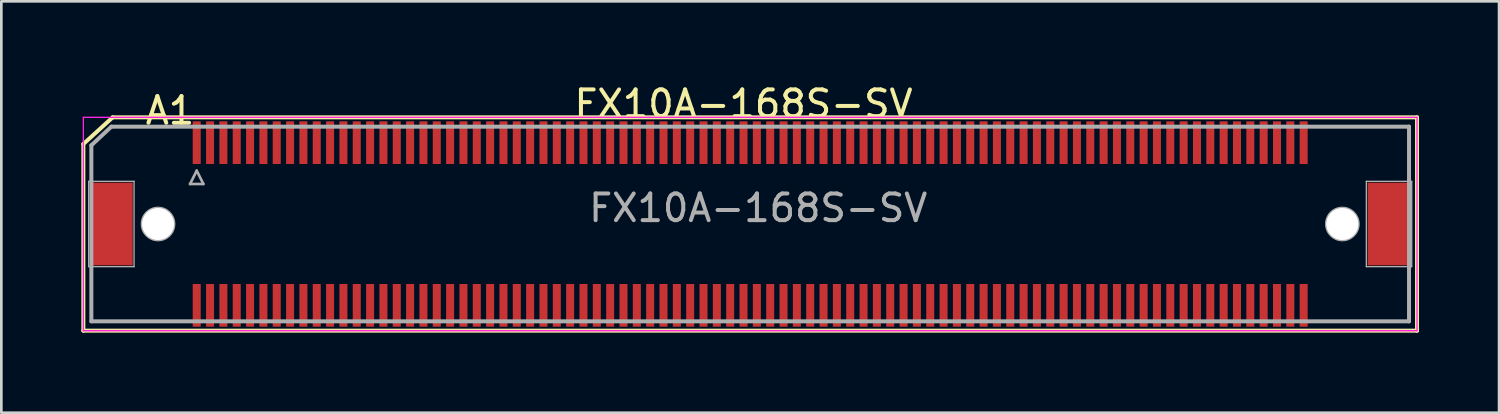
<source format=kicad_pcb>
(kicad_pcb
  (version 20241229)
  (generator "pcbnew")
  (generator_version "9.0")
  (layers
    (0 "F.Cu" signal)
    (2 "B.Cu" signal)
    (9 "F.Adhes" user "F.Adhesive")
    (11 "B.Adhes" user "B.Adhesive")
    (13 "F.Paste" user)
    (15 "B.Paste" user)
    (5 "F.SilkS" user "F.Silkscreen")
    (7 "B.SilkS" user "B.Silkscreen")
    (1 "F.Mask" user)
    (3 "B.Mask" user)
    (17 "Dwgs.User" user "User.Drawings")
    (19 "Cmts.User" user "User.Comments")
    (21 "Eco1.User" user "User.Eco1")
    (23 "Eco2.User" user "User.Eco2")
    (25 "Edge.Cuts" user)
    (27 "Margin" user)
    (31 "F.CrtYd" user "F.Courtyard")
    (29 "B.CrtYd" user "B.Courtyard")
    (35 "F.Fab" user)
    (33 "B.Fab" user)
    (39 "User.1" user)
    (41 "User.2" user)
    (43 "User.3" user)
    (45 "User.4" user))
  (footprint "FX10A-168S-SV"
    (layer "F.Cu")
    (at 25.075 5.348)
    (property "Reference" "FX10A-168S-SV" (at -0.25 -4.5 0) (layer "F.SilkS") (effects (font (size 1 1) (thickness 0.15))))
    (attr smd)
    (fp_line (start -25 4) (end -25 -3) (stroke (width 0.15) (type solid)) (layer "F.SilkS"))
    (fp_line (start -23.9 -4) (end -25 -3) (stroke (width 0.15) (type solid)) (layer "F.SilkS"))
    (fp_line (start -23.9 -4) (end 25 -4) (stroke (width 0.15) (type solid)) (layer "F.SilkS"))
    (fp_line (start 25 -4) (end 25 4) (stroke (width 0.15) (type solid)) (layer "F.SilkS"))
    (fp_line (start 25 4) (end -25 4) (stroke (width 0.15) (type solid)) (layer "F.SilkS"))
    (fp_line (start -25 -4) (end -25 4) (stroke (width 0.05) (type solid)) (layer "F.CrtYd"))
    (fp_line (start -25 4) (end 25 4) (stroke (width 0.05) (type solid)) (layer "F.CrtYd"))
    (fp_line (start 25 -4) (end -25 -4) (stroke (width 0.05) (type solid)) (layer "F.CrtYd"))
    (fp_line (start 25 4) (end 25 -4) (stroke (width 0.05) (type solid)) (layer "F.CrtYd"))
    (fp_line (start -24.8 -1.6) (end -23.1 -1.6) (stroke (width 0.05) (type solid)) (layer "F.Fab"))
    (fp_line (start -24.8 1.6) (end -24.8 -1.6) (stroke (width 0.05) (type solid)) (layer "F.Fab"))
    (fp_line (start -24.7 -2.95) (end -24.7 3.65) (stroke (width 0.15) (type solid)) (layer "F.Fab"))
    (fp_line (start -24.7 -2.95) (end -23.95 -3.65) (stroke (width 0.15) (type solid)) (layer "F.Fab"))
    (fp_line (start -24.7 3.65) (end 24.7 3.65) (stroke (width 0.15) (type solid)) (layer "F.Fab"))
    (fp_line (start -23.95 -3.65) (end 24.7 -3.65) (stroke (width 0.15) (type solid)) (layer "F.Fab"))
    (fp_line (start -23.1 -1.6) (end -23.1 1.6) (stroke (width 0.05) (type solid)) (layer "F.Fab"))
    (fp_line (start -23.1 1.6) (end -24.8 1.6) (stroke (width 0.05) (type solid)) (layer "F.Fab"))
    (fp_line (start -21 -1.5) (end -20.75 -2) (stroke (width 0.1) (type solid)) (layer "F.Fab"))
    (fp_line (start -20.75 -2) (end -20.5 -1.5) (stroke (width 0.1) (type solid)) (layer "F.Fab"))
    (fp_line (start -20.5 -1.5) (end -21 -1.5) (stroke (width 0.1) (type solid)) (layer "F.Fab"))
    (fp_line (start 23.1 -1.6) (end 24.8 -1.6) (stroke (width 0.05) (type solid)) (layer "F.Fab"))
    (fp_line (start 23.1 1.6) (end 23.1 -1.6) (stroke (width 0.05) (type solid)) (layer "F.Fab"))
    (fp_line (start 24.7 -3.65) (end 24.7 3.65) (stroke (width 0.15) (type solid)) (layer "F.Fab"))
    (fp_line (start 24.8 -1.6) (end 24.8 1.6) (stroke (width 0.05) (type solid)) (layer "F.Fab"))
    (fp_line (start 24.8 1.6) (end 23.1 1.6) (stroke (width 0.05) (type solid)) (layer "F.Fab"))
    (fp_circle (center -22.2 0) (end -22.8 0) (stroke (width 0.1) (type solid)) (fill no) (layer "F.Fab"))
    (fp_circle (center 22.2 0) (end 22.8 0) (stroke (width 0.1) (type solid)) (fill no) (layer "F.Fab"))
    (fp_text user "A1" (at -21.75 -4.25 0) (layer "F.SilkS") (effects (font (size 1 1) (thickness 0.15))))
    (fp_text user "${REFERENCE}" (at 0.3 -0.6 0) (layer "F.Fab") (effects (font (size 1 1) (thickness 0.15))))
    (pad "" smd rect (at -23.95 0) (size 1.6 3.1) (layers "F.Cu" "F.Mask" "F.Paste"))
    (pad "" np_thru_hole circle (at -22.2 0) (size 1.2 1.2) (drill 1.2) (layers "*.Mask" "F.Cu"))
    (pad "" np_thru_hole circle (at 22.2 0) (size 1.2 1.2) (drill 1.2) (layers "*.Mask" "F.Cu"))
    (pad "" smd rect (at 23.95 0) (size 1.6 3.1) (layers "F.Cu" "F.Mask" "F.Paste"))
    (pad "A1" smd rect (at -20.75 -3.05) (size 0.3 1.6) (layers "F.Cu" "F.Mask" "F.Paste"))
    (pad "A2" smd rect (at -20.25 -3.05) (size 0.3 1.6) (layers "F.Cu" "F.Mask" "F.Paste"))
    (pad "A3" smd rect (at -19.75 -3.05) (size 0.3 1.6) (layers "F.Cu" "F.Mask" "F.Paste"))
    (pad "A4" smd rect (at -19.25 -3.05) (size 0.3 1.6) (layers "F.Cu" "F.Mask" "F.Paste"))
    (pad "A5" smd rect (at -18.75 -3.05) (size 0.3 1.6) (layers "F.Cu" "F.Mask" "F.Paste"))
    (pad "A6" smd rect (at -18.25 -3.05) (size 0.3 1.6) (layers "F.Cu" "F.Mask" "F.Paste"))
    (pad "A7" smd rect (at -17.75 -3.05) (size 0.3 1.6) (layers "F.Cu" "F.Mask" "F.Paste"))
    (pad "A8" smd rect (at -17.25 -3.05) (size 0.3 1.6) (layers "F.Cu" "F.Mask" "F.Paste"))
    (pad "A9" smd rect (at -16.75 -3.05) (size 0.3 1.6) (layers "F.Cu" "F.Mask" "F.Paste"))
    (pad "A10" smd rect (at -16.25 -3.05) (size 0.3 1.6) (layers "F.Cu" "F.Mask" "F.Paste"))
    (pad "A11" smd rect (at -15.75 -3.05) (size 0.3 1.6) (layers "F.Cu" "F.Mask" "F.Paste"))
    (pad "A12" smd rect (at -15.25 -3.05) (size 0.3 1.6) (layers "F.Cu" "F.Mask" "F.Paste"))
    (pad "A13" smd rect (at -14.75 -3.05) (size 0.3 1.6) (layers "F.Cu" "F.Mask" "F.Paste"))
    (pad "A14" smd rect (at -14.25 -3.05) (size 0.3 1.6) (layers "F.Cu" "F.Mask" "F.Paste"))
    (pad "A15" smd rect (at -13.75 -3.05) (size 0.3 1.6) (layers "F.Cu" "F.Mask" "F.Paste"))
    (pad "A16" smd rect (at -13.25 -3.05) (size 0.3 1.6) (layers "F.Cu" "F.Mask" "F.Paste"))
    (pad "A17" smd rect (at -12.75 -3.05) (size 0.3 1.6) (layers "F.Cu" "F.Mask" "F.Paste"))
    (pad "A18" smd rect (at -12.25 -3.05) (size 0.3 1.6) (layers "F.Cu" "F.Mask" "F.Paste"))
    (pad "A19" smd rect (at -11.75 -3.05) (size 0.3 1.6) (layers "F.Cu" "F.Mask" "F.Paste"))
    (pad "A20" smd rect (at -11.25 -3.05) (size 0.3 1.6) (layers "F.Cu" "F.Mask" "F.Paste"))
    (pad "A21" smd rect (at -10.75 -3.05) (size 0.3 1.6) (layers "F.Cu" "F.Mask" "F.Paste"))
    (pad "A22" smd rect (at -10.25 -3.05) (size 0.3 1.6) (layers "F.Cu" "F.Mask" "F.Paste"))
    (pad "A23" smd rect (at -9.75 -3.05) (size 0.3 1.6) (layers "F.Cu" "F.Mask" "F.Paste"))
    (pad "A24" smd rect (at -9.25 -3.05) (size 0.3 1.6) (layers "F.Cu" "F.Mask" "F.Paste"))
    (pad "A25" smd rect (at -8.75 -3.05) (size 0.3 1.6) (layers "F.Cu" "F.Mask" "F.Paste"))
    (pad "A26" smd rect (at -8.25 -3.05) (size 0.3 1.6) (layers "F.Cu" "F.Mask" "F.Paste"))
    (pad "A27" smd rect (at -7.75 -3.05) (size 0.3 1.6) (layers "F.Cu" "F.Mask" "F.Paste"))
    (pad "A28" smd rect (at -7.25 -3.05) (size 0.3 1.6) (layers "F.Cu" "F.Mask" "F.Paste"))
    (pad "A29" smd rect (at -6.75 -3.05) (size 0.3 1.6) (layers "F.Cu" "F.Mask" "F.Paste"))
    (pad "A30" smd rect (at -6.25 -3.05) (size 0.3 1.6) (layers "F.Cu" "F.Mask" "F.Paste"))
    (pad "A31" smd rect (at -5.75 -3.05) (size 0.3 1.6) (layers "F.Cu" "F.Mask" "F.Paste"))
    (pad "A32" smd rect (at -5.25 -3.05) (size 0.3 1.6) (layers "F.Cu" "F.Mask" "F.Paste"))
    (pad "A33" smd rect (at -4.75 -3.05) (size 0.3 1.6) (layers "F.Cu" "F.Mask" "F.Paste"))
    (pad "A34" smd rect (at -4.25 -3.05) (size 0.3 1.6) (layers "F.Cu" "F.Mask" "F.Paste"))
    (pad "A35" smd rect (at -3.75 -3.05) (size 0.3 1.6) (layers "F.Cu" "F.Mask" "F.Paste"))
    (pad "A36" smd rect (at -3.25 -3.05) (size 0.3 1.6) (layers "F.Cu" "F.Mask" "F.Paste"))
    (pad "A37" smd rect (at -2.75 -3.05) (size 0.3 1.6) (layers "F.Cu" "F.Mask" "F.Paste"))
    (pad "A38" smd rect (at -2.25 -3.05) (size 0.3 1.6) (layers "F.Cu" "F.Mask" "F.Paste"))
    (pad "A39" smd rect (at -1.75 -3.05) (size 0.3 1.6) (layers "F.Cu" "F.Mask" "F.Paste"))
    (pad "A40" smd rect (at -1.25 -3.05) (size 0.3 1.6) (layers "F.Cu" "F.Mask" "F.Paste"))
    (pad "A41" smd rect (at -0.75 -3.05) (size 0.3 1.6) (layers "F.Cu" "F.Mask" "F.Paste"))
    (pad "A42" smd rect (at -0.25 -3.05) (size 0.3 1.6) (layers "F.Cu" "F.Mask" "F.Paste"))
    (pad "A43" smd rect (at 0.25 -3.05) (size 0.3 1.6) (layers "F.Cu" "F.Mask" "F.Paste"))
    (pad "A44" smd rect (at 0.75 -3.05) (size 0.3 1.6) (layers "F.Cu" "F.Mask" "F.Paste"))
    (pad "A45" smd rect (at 1.25 -3.05) (size 0.3 1.6) (layers "F.Cu" "F.Mask" "F.Paste"))
    (pad "A46" smd rect (at 1.75 -3.05) (size 0.3 1.6) (layers "F.Cu" "F.Mask" "F.Paste"))
    (pad "A47" smd rect (at 2.25 -3.05) (size 0.3 1.6) (layers "F.Cu" "F.Mask" "F.Paste"))
    (pad "A48" smd rect (at 2.75 -3.05) (size 0.3 1.6) (layers "F.Cu" "F.Mask" "F.Paste"))
    (pad "A49" smd rect (at 3.25 -3.05) (size 0.3 1.6) (layers "F.Cu" "F.Mask" "F.Paste"))
    (pad "A50" smd rect (at 3.75 -3.05) (size 0.3 1.6) (layers "F.Cu" "F.Mask" "F.Paste"))
    (pad "A51" smd rect (at 4.25 -3.05) (size 0.3 1.6) (layers "F.Cu" "F.Mask" "F.Paste"))
    (pad "A52" smd rect (at 4.75 -3.05) (size 0.3 1.6) (layers "F.Cu" "F.Mask" "F.Paste"))
    (pad "A53" smd rect (at 5.25 -3.05) (size 0.3 1.6) (layers "F.Cu" "F.Mask" "F.Paste"))
    (pad "A54" smd rect (at 5.75 -3.05) (size 0.3 1.6) (layers "F.Cu" "F.Mask" "F.Paste"))
    (pad "A55" smd rect (at 6.25 -3.05) (size 0.3 1.6) (layers "F.Cu" "F.Mask" "F.Paste"))
    (pad "A56" smd rect (at 6.75 -3.05) (size 0.3 1.6) (layers "F.Cu" "F.Mask" "F.Paste"))
    (pad "A57" smd rect (at 7.25 -3.05) (size 0.3 1.6) (layers "F.Cu" "F.Mask" "F.Paste"))
    (pad "A58" smd rect (at 7.75 -3.05) (size 0.3 1.6) (layers "F.Cu" "F.Mask" "F.Paste"))
    (pad "A59" smd rect (at 8.25 -3.05) (size 0.3 1.6) (layers "F.Cu" "F.Mask" "F.Paste"))
    (pad "A60" smd rect (at 8.75 -3.05) (size 0.3 1.6) (layers "F.Cu" "F.Mask" "F.Paste"))
    (pad "A61" smd rect (at 9.25 -3.05) (size 0.3 1.6) (layers "F.Cu" "F.Mask" "F.Paste"))
    (pad "A62" smd rect (at 9.75 -3.05) (size 0.3 1.6) (layers "F.Cu" "F.Mask" "F.Paste"))
    (pad "A63" smd rect (at 10.25 -3.05) (size 0.3 1.6) (layers "F.Cu" "F.Mask" "F.Paste"))
    (pad "A64" smd rect (at 10.75 -3.05) (size 0.3 1.6) (layers "F.Cu" "F.Mask" "F.Paste"))
    (pad "A65" smd rect (at 11.25 -3.05) (size 0.3 1.6) (layers "F.Cu" "F.Mask" "F.Paste"))
    (pad "A66" smd rect (at 11.75 -3.05) (size 0.3 1.6) (layers "F.Cu" "F.Mask" "F.Paste"))
    (pad "A67" smd rect (at 12.25 -3.05) (size 0.3 1.6) (layers "F.Cu" "F.Mask" "F.Paste"))
    (pad "A68" smd rect (at 12.75 -3.05) (size 0.3 1.6) (layers "F.Cu" "F.Mask" "F.Paste"))
    (pad "A69" smd rect (at 13.25 -3.05) (size 0.3 1.6) (layers "F.Cu" "F.Mask" "F.Paste"))
    (pad "A70" smd rect (at 13.75 -3.05) (size 0.3 1.6) (layers "F.Cu" "F.Mask" "F.Paste"))
    (pad "A71" smd rect (at 14.25 -3.05) (size 0.3 1.6) (layers "F.Cu" "F.Mask" "F.Paste"))
    (pad "A72" smd rect (at 14.75 -3.05) (size 0.3 1.6) (layers "F.Cu" "F.Mask" "F.Paste"))
    (pad "A73" smd rect (at 15.25 -3.05) (size 0.3 1.6) (layers "F.Cu" "F.Mask" "F.Paste"))
    (pad "A74" smd rect (at 15.75 -3.05) (size 0.3 1.6) (layers "F.Cu" "F.Mask" "F.Paste"))
    (pad "A75" smd rect (at 16.25 -3.05) (size 0.3 1.6) (layers "F.Cu" "F.Mask" "F.Paste"))
    (pad "A76" smd rect (at 16.75 -3.05) (size 0.3 1.6) (layers "F.Cu" "F.Mask" "F.Paste"))
    (pad "A77" smd rect (at 17.25 -3.05) (size 0.3 1.6) (layers "F.Cu" "F.Mask" "F.Paste"))
    (pad "A78" smd rect (at 17.75 -3.05) (size 0.3 1.6) (layers "F.Cu" "F.Mask" "F.Paste"))
    (pad "A79" smd rect (at 18.25 -3.05) (size 0.3 1.6) (layers "F.Cu" "F.Mask" "F.Paste"))
    (pad "A80" smd rect (at 18.75 -3.05) (size 0.3 1.6) (layers "F.Cu" "F.Mask" "F.Paste"))
    (pad "A81" smd rect (at 19.25 -3.05) (size 0.3 1.6) (layers "F.Cu" "F.Mask" "F.Paste"))
    (pad "A82" smd rect (at 19.75 -3.05) (size 0.3 1.6) (layers "F.Cu" "F.Mask" "F.Paste"))
    (pad "A83" smd rect (at 20.25 -3.05) (size 0.3 1.6) (layers "F.Cu" "F.Mask" "F.Paste"))
    (pad "A84" smd rect (at 20.75 -3.05) (size 0.3 1.6) (layers "F.Cu" "F.Mask" "F.Paste"))
    (pad "B1" smd rect (at -20.75 3.05) (size 0.3 1.6) (layers "F.Cu" "F.Mask" "F.Paste"))
    (pad "B2" smd rect (at -20.25 3.05) (size 0.3 1.6) (layers "F.Cu" "F.Mask" "F.Paste"))
    (pad "B3" smd rect (at -19.75 3.05) (size 0.3 1.6) (layers "F.Cu" "F.Mask" "F.Paste"))
    (pad "B4" smd rect (at -19.25 3.05) (size 0.3 1.6) (layers "F.Cu" "F.Mask" "F.Paste"))
    (pad "B5" smd rect (at -18.75 3.05) (size 0.3 1.6) (layers "F.Cu" "F.Mask" "F.Paste"))
    (pad "B6" smd rect (at -18.25 3.05) (size 0.3 1.6) (layers "F.Cu" "F.Mask" "F.Paste"))
    (pad "B7" smd rect (at -17.75 3.05) (size 0.3 1.6) (layers "F.Cu" "F.Mask" "F.Paste"))
    (pad "B8" smd rect (at -17.25 3.05) (size 0.3 1.6) (layers "F.Cu" "F.Mask" "F.Paste"))
    (pad "B9" smd rect (at -16.75 3.05) (size 0.3 1.6) (layers "F.Cu" "F.Mask" "F.Paste"))
    (pad "B10" smd rect (at -16.25 3.05) (size 0.3 1.6) (layers "F.Cu" "F.Mask" "F.Paste"))
    (pad "B11" smd rect (at -15.75 3.05) (size 0.3 1.6) (layers "F.Cu" "F.Mask" "F.Paste"))
    (pad "B12" smd rect (at -15.25 3.05) (size 0.3 1.6) (layers "F.Cu" "F.Mask" "F.Paste"))
    (pad "B13" smd rect (at -14.75 3.05) (size 0.3 1.6) (layers "F.Cu" "F.Mask" "F.Paste"))
    (pad "B14" smd rect (at -14.25 3.05) (size 0.3 1.6) (layers "F.Cu" "F.Mask" "F.Paste"))
    (pad "B15" smd rect (at -13.75 3.05) (size 0.3 1.6) (layers "F.Cu" "F.Mask" "F.Paste"))
    (pad "B16" smd rect (at -13.25 3.05) (size 0.3 1.6) (layers "F.Cu" "F.Mask" "F.Paste"))
    (pad "B17" smd rect (at -12.75 3.05) (size 0.3 1.6) (layers "F.Cu" "F.Mask" "F.Paste"))
    (pad "B18" smd rect (at -12.25 3.05) (size 0.3 1.6) (layers "F.Cu" "F.Mask" "F.Paste"))
    (pad "B19" smd rect (at -11.75 3.05) (size 0.3 1.6) (layers "F.Cu" "F.Mask" "F.Paste"))
    (pad "B20" smd rect (at -11.25 3.05) (size 0.3 1.6) (layers "F.Cu" "F.Mask" "F.Paste"))
    (pad "B21" smd rect (at -10.75 3.05) (size 0.3 1.6) (layers "F.Cu" "F.Mask" "F.Paste"))
    (pad "B22" smd rect (at -10.25 3.05) (size 0.3 1.6) (layers "F.Cu" "F.Mask" "F.Paste"))
    (pad "B23" smd rect (at -9.75 3.05) (size 0.3 1.6) (layers "F.Cu" "F.Mask" "F.Paste"))
    (pad "B24" smd rect (at -9.25 3.05) (size 0.3 1.6) (layers "F.Cu" "F.Mask" "F.Paste"))
    (pad "B25" smd rect (at -8.75 3.05) (size 0.3 1.6) (layers "F.Cu" "F.Mask" "F.Paste"))
    (pad "B26" smd rect (at -8.25 3.05) (size 0.3 1.6) (layers "F.Cu" "F.Mask" "F.Paste"))
    (pad "B27" smd rect (at -7.75 3.05) (size 0.3 1.6) (layers "F.Cu" "F.Mask" "F.Paste"))
    (pad "B28" smd rect (at -7.25 3.05) (size 0.3 1.6) (layers "F.Cu" "F.Mask" "F.Paste"))
    (pad "B29" smd rect (at -6.75 3.05) (size 0.3 1.6) (layers "F.Cu" "F.Mask" "F.Paste"))
    (pad "B30" smd rect (at -6.25 3.05) (size 0.3 1.6) (layers "F.Cu" "F.Mask" "F.Paste"))
    (pad "B31" smd rect (at -5.75 3.05) (size 0.3 1.6) (layers "F.Cu" "F.Mask" "F.Paste"))
    (pad "B32" smd rect (at -5.25 3.05) (size 0.3 1.6) (layers "F.Cu" "F.Mask" "F.Paste"))
    (pad "B33" smd rect (at -4.75 3.05) (size 0.3 1.6) (layers "F.Cu" "F.Mask" "F.Paste"))
    (pad "B34" smd rect (at -4.25 3.05) (size 0.3 1.6) (layers "F.Cu" "F.Mask" "F.Paste"))
    (pad "B35" smd rect (at -3.75 3.05) (size 0.3 1.6) (layers "F.Cu" "F.Mask" "F.Paste"))
    (pad "B36" smd rect (at -3.25 3.05) (size 0.3 1.6) (layers "F.Cu" "F.Mask" "F.Paste"))
    (pad "B37" smd rect (at -2.75 3.05) (size 0.3 1.6) (layers "F.Cu" "F.Mask" "F.Paste"))
    (pad "B38" smd rect (at -2.25 3.05) (size 0.3 1.6) (layers "F.Cu" "F.Mask" "F.Paste"))
    (pad "B39" smd rect (at -1.75 3.05) (size 0.3 1.6) (layers "F.Cu" "F.Mask" "F.Paste"))
    (pad "B40" smd rect (at -1.25 3.05) (size 0.3 1.6) (layers "F.Cu" "F.Mask" "F.Paste"))
    (pad "B41" smd rect (at -0.75 3.05) (size 0.3 1.6) (layers "F.Cu" "F.Mask" "F.Paste"))
    (pad "B42" smd rect (at -0.25 3.05) (size 0.3 1.6) (layers "F.Cu" "F.Mask" "F.Paste"))
    (pad "B43" smd rect (at 0.25 3.05) (size 0.3 1.6) (layers "F.Cu" "F.Mask" "F.Paste"))
    (pad "B44" smd rect (at 0.75 3.05) (size 0.3 1.6) (layers "F.Cu" "F.Mask" "F.Paste"))
    (pad "B45" smd rect (at 1.25 3.05) (size 0.3 1.6) (layers "F.Cu" "F.Mask" "F.Paste"))
    (pad "B46" smd rect (at 1.75 3.05) (size 0.3 1.6) (layers "F.Cu" "F.Mask" "F.Paste"))
    (pad "B47" smd rect (at 2.25 3.05) (size 0.3 1.6) (layers "F.Cu" "F.Mask" "F.Paste"))
    (pad "B48" smd rect (at 2.75 3.05) (size 0.3 1.6) (layers "F.Cu" "F.Mask" "F.Paste"))
    (pad "B49" smd rect (at 3.25 3.05) (size 0.3 1.6) (layers "F.Cu" "F.Mask" "F.Paste"))
    (pad "B50" smd rect (at 3.75 3.05) (size 0.3 1.6) (layers "F.Cu" "F.Mask" "F.Paste"))
    (pad "B51" smd rect (at 4.25 3.05) (size 0.3 1.6) (layers "F.Cu" "F.Mask" "F.Paste"))
    (pad "B52" smd rect (at 4.75 3.05) (size 0.3 1.6) (layers "F.Cu" "F.Mask" "F.Paste"))
    (pad "B53" smd rect (at 5.25 3.05) (size 0.3 1.6) (layers "F.Cu" "F.Mask" "F.Paste"))
    (pad "B54" smd rect (at 5.75 3.05) (size 0.3 1.6) (layers "F.Cu" "F.Mask" "F.Paste"))
    (pad "B55" smd rect (at 6.25 3.05) (size 0.3 1.6) (layers "F.Cu" "F.Mask" "F.Paste"))
    (pad "B56" smd rect (at 6.75 3.05) (size 0.3 1.6) (layers "F.Cu" "F.Mask" "F.Paste"))
    (pad "B57" smd rect (at 7.25 3.05) (size 0.3 1.6) (layers "F.Cu" "F.Mask" "F.Paste"))
    (pad "B58" smd rect (at 7.75 3.05) (size 0.3 1.6) (layers "F.Cu" "F.Mask" "F.Paste"))
    (pad "B59" smd rect (at 8.25 3.05) (size 0.3 1.6) (layers "F.Cu" "F.Mask" "F.Paste"))
    (pad "B60" smd rect (at 8.75 3.05) (size 0.3 1.6) (layers "F.Cu" "F.Mask" "F.Paste"))
    (pad "B61" smd rect (at 9.25 3.05) (size 0.3 1.6) (layers "F.Cu" "F.Mask" "F.Paste"))
    (pad "B62" smd rect (at 9.75 3.05) (size 0.3 1.6) (layers "F.Cu" "F.Mask" "F.Paste"))
    (pad "B63" smd rect (at 10.25 3.05) (size 0.3 1.6) (layers "F.Cu" "F.Mask" "F.Paste"))
    (pad "B64" smd rect (at 10.75 3.05) (size 0.3 1.6) (layers "F.Cu" "F.Mask" "F.Paste"))
    (pad "B65" smd rect (at 11.25 3.05) (size 0.3 1.6) (layers "F.Cu" "F.Mask" "F.Paste"))
    (pad "B66" smd rect (at 11.75 3.05) (size 0.3 1.6) (layers "F.Cu" "F.Mask" "F.Paste"))
    (pad "B67" smd rect (at 12.25 3.05) (size 0.3 1.6) (layers "F.Cu" "F.Mask" "F.Paste"))
    (pad "B68" smd rect (at 12.75 3.05) (size 0.3 1.6) (layers "F.Cu" "F.Mask" "F.Paste"))
    (pad "B69" smd rect (at 13.25 3.05) (size 0.3 1.6) (layers "F.Cu" "F.Mask" "F.Paste"))
    (pad "B70" smd rect (at 13.75 3.05) (size 0.3 1.6) (layers "F.Cu" "F.Mask" "F.Paste"))
    (pad "B71" smd rect (at 14.25 3.05) (size 0.3 1.6) (layers "F.Cu" "F.Mask" "F.Paste"))
    (pad "B72" smd rect (at 14.75 3.05) (size 0.3 1.6) (layers "F.Cu" "F.Mask" "F.Paste"))
    (pad "B73" smd rect (at 15.25 3.05) (size 0.3 1.6) (layers "F.Cu" "F.Mask" "F.Paste"))
    (pad "B74" smd rect (at 15.75 3.05) (size 0.3 1.6) (layers "F.Cu" "F.Mask" "F.Paste"))
    (pad "B75" smd rect (at 16.25 3.05) (size 0.3 1.6) (layers "F.Cu" "F.Mask" "F.Paste"))
    (pad "B76" smd rect (at 16.75 3.05) (size 0.3 1.6) (layers "F.Cu" "F.Mask" "F.Paste"))
    (pad "B77" smd rect (at 17.25 3.05) (size 0.3 1.6) (layers "F.Cu" "F.Mask" "F.Paste"))
    (pad "B78" smd rect (at 17.75 3.05) (size 0.3 1.6) (layers "F.Cu" "F.Mask" "F.Paste"))
    (pad "B79" smd rect (at 18.25 3.05) (size 0.3 1.6) (layers "F.Cu" "F.Mask" "F.Paste"))
    (pad "B80" smd rect (at 18.75 3.05) (size 0.3 1.6) (layers "F.Cu" "F.Mask" "F.Paste"))
    (pad "B81" smd rect (at 19.25 3.05) (size 0.3 1.6) (layers "F.Cu" "F.Mask" "F.Paste"))
    (pad "B82" smd rect (at 19.75 3.05) (size 0.3 1.6) (layers "F.Cu" "F.Mask" "F.Paste"))
    (pad "B83" smd rect (at 20.25 3.05) (size 0.3 1.6) (layers "F.Cu" "F.Mask" "F.Paste"))
    (pad "B84" smd rect (at 20.75 3.05) (size 0.3 1.6) (layers "F.Cu" "F.Mask" "F.Paste")))
  (gr_rect
    (start -3 -3)
    (end 53.15 12.423)
    (stroke (width 0.1) (type default))
    (fill no)
    (layer "Edge.Cuts")))
</source>
